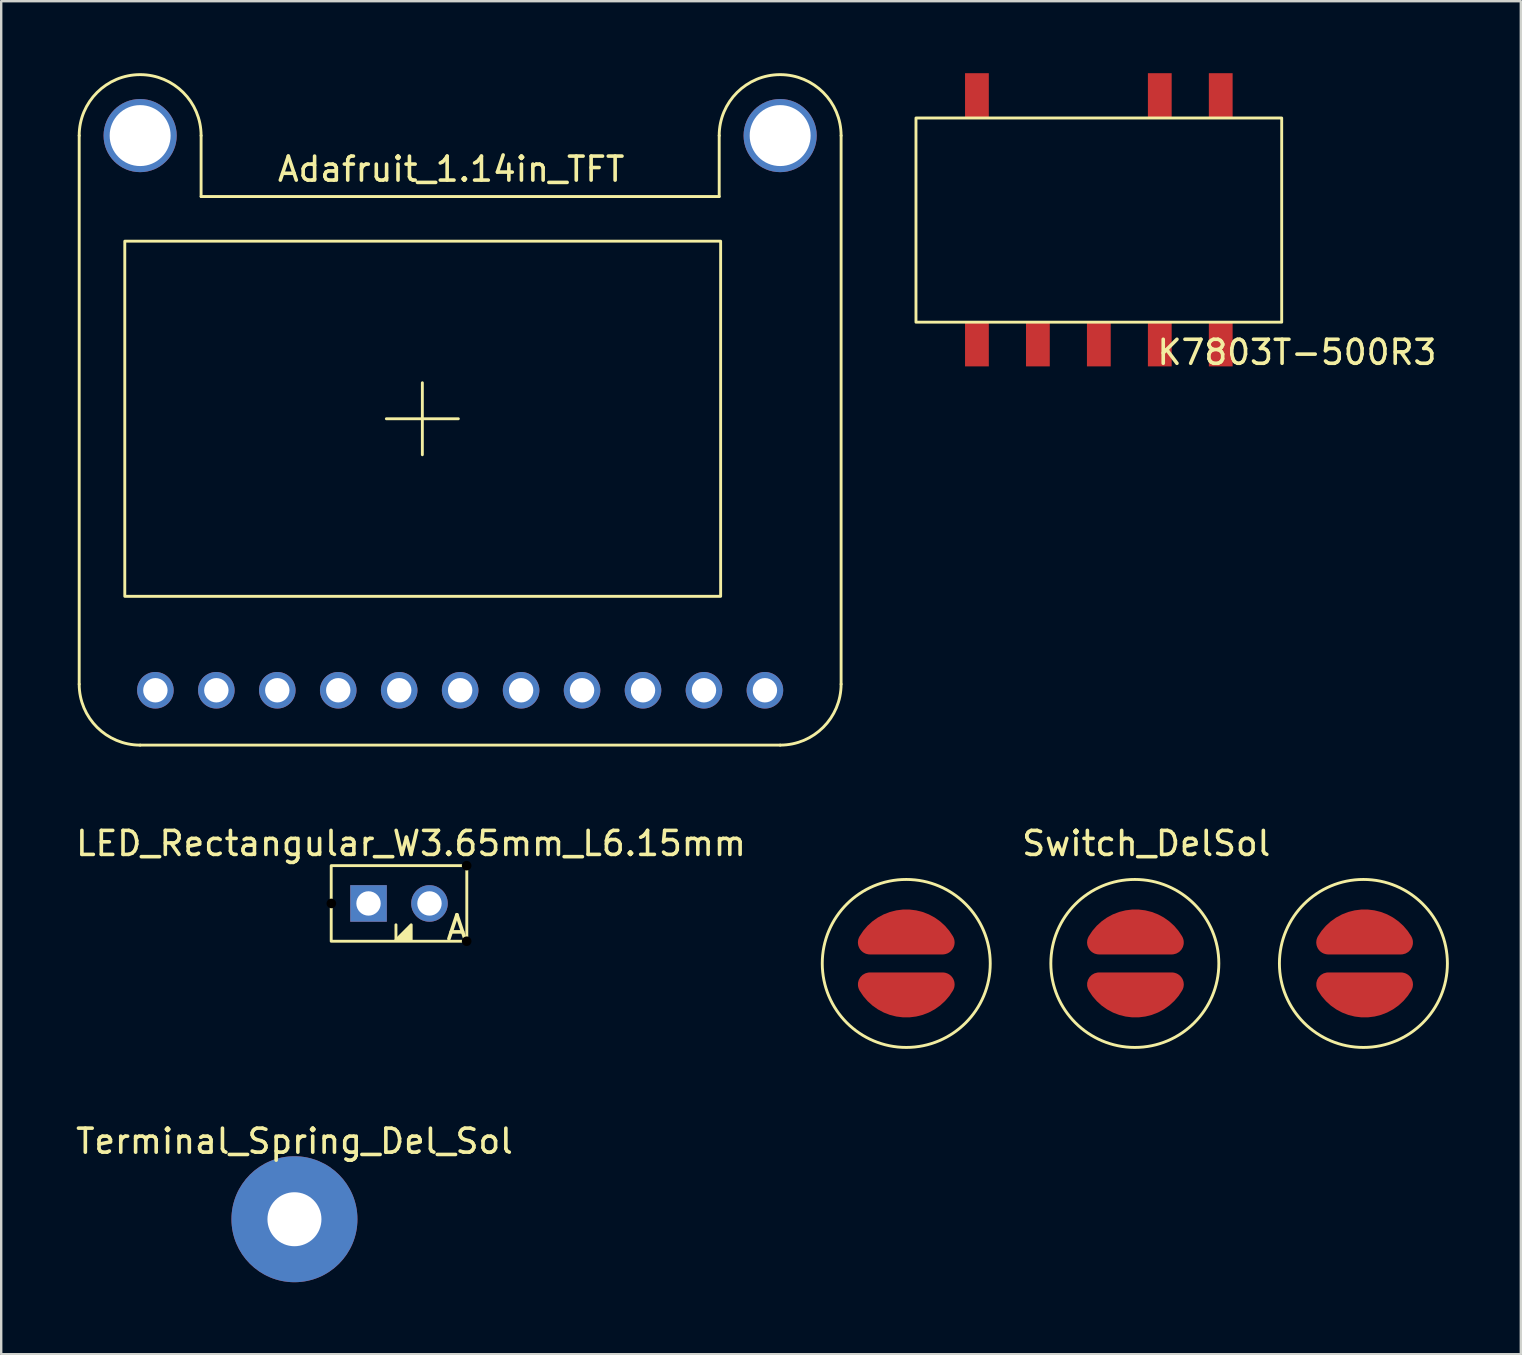
<source format=kicad_pcb>
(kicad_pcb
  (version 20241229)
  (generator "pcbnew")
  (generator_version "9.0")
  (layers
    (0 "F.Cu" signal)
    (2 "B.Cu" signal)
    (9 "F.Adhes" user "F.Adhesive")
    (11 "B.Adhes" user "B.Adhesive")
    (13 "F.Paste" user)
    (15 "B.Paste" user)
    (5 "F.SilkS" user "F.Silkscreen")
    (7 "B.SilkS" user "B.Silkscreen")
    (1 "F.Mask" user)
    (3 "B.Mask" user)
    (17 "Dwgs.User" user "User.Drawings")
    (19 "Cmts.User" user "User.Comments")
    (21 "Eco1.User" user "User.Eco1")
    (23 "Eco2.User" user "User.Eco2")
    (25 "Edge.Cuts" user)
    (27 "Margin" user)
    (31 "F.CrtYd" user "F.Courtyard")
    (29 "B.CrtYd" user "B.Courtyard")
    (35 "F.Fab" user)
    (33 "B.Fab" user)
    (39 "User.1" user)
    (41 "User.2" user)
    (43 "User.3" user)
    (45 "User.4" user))
  (footprint "Switch_DelSol"
    (layer "F.Cu")
    (at 34.715 37.098)
    (property "Reference" "Switch_DelSol" (at 10 -5 0) (unlocked yes) (layer "F.SilkS") (effects (font (size 1 1) (thickness 0.15))))
    (attr smd)
    (fp_poly (pts (arc (start 1.516 -0.875) (mid 0 -1.750263) (end -1.516 -0.875))) (stroke (width 1) (type solid)) (fill no) (layer "F.Mask"))
    (fp_poly (pts (arc (start 1.516 0.875) (mid 0 1.750263) (end -1.516 0.875))) (stroke (width 1) (type solid)) (fill no) (layer "F.Mask"))
    (fp_poly (pts (arc (start 8.034 0.875) (mid 9.55 1.750263) (end 11.066 0.875))) (stroke (width 1) (type solid)) (fill no) (layer "F.Mask"))
    (fp_poly (pts (arc (start 11.066 -0.875) (mid 9.55 -1.750263) (end 8.034 -0.875))) (stroke (width 1) (type solid)) (fill no) (layer "F.Mask"))
    (fp_poly (pts (arc (start 17.584 0.875) (mid 19.1 1.750263) (end 20.616 0.875))) (stroke (width 1) (type solid)) (fill no) (layer "F.Mask"))
    (fp_poly (pts (arc (start 20.616 -0.875) (mid 19.1 -1.750263) (end 17.584 -0.875))) (stroke (width 1) (type solid)) (fill no) (layer "F.Mask"))
    (fp_circle (center 0 0) (end 3.5 0) (stroke (width 0.12) (type solid)) (fill no) (layer "F.SilkS"))
    (fp_circle (center 9.525 0) (end 13.025 0) (stroke (width 0.12) (type solid)) (fill no) (layer "F.SilkS"))
    (fp_circle (center 19.05 0) (end 22.55 0) (stroke (width 0.12) (type solid)) (fill no) (layer "F.SilkS"))
    (pad "1" smd custom (at 0 -0.875) (size 0.5 0.5) (layers "F.Cu" "F.Mask" "F.Paste") (options (anchor rect)) (primitives (gr_line (start -1.516 0) (end 1.516 0) (width 1)) (gr_arc (start -1.516 0) (mid -0.000228 -0.875395) (end 1.515772 -0.000395) (width 1))))
    (pad "2" smd custom (at 0 0.875 180) (size 0.5 0.5) (layers "F.Cu" "F.Mask" "F.Paste") (options (anchor rect)) (primitives (gr_line (start -1.516 0) (end 1.516 0) (width 1)) (gr_arc (start -1.516 0) (mid -0.001755 -0.875394) (end 1.514242 -0.003039) (width 1))))
    (pad "3" smd custom (at 9.55 -0.875) (size 0.5 0.5) (layers "F.Cu" "F.Mask" "F.Paste") (options (anchor rect)) (primitives (gr_line (start -1.516 0) (end 1.516 0) (width 1)) (gr_arc (start -1.516 0) (mid -0.001755 -0.875394) (end 1.514242 -0.003039) (width 1))))
    (pad "4" smd custom (at 9.55 0.875 180) (size 0.5 0.5) (layers "F.Cu" "F.Mask" "F.Paste") (options (anchor rect)) (primitives (gr_line (start -1.516 0) (end 1.516 0) (width 1)) (gr_arc (start -1.516 0) (mid -0.003283 -0.875391) (end 1.512707 -0.00568) (width 1))))
    (pad "5" smd custom (at 19.1 -0.875) (size 0.5 0.5) (layers "F.Cu" "F.Mask" "F.Paste") (options (anchor rect)) (primitives (gr_line (start -1.516 0) (end 1.516 0) (width 1)) (gr_arc (start -1.516 0) (mid -0.001755 -0.875394) (end 1.514242 -0.003039) (width 1))))
    (pad "6" smd custom (at 19.1 0.875 180) (size 0.5 0.5) (layers "F.Cu" "F.Mask" "F.Paste") (options (anchor rect)) (primitives (gr_line (start -1.516 0) (end 1.516 0) (width 1)) (gr_arc (start -1.516 0) (mid -0.003283 -0.875391) (end 1.512707 -0.00568) (width 1)))))
  (footprint "K7803T-500R3"
    (layer "F.Cu")
    (at 42.74 6.109)
    (property "Reference" "K7803T-500R3" (at 8.255 5.524 0) (unlocked yes) (layer "F.SilkS") (effects (font (size 1 1) (thickness 0.15))))
    (attr smd)
    (fp_rect (start -7.62 4.267) (end 7.62 -4.242) (stroke (width 0.12) (type solid)) (fill no) (layer "F.SilkS"))
    (pad "1" smd rect (at -5.08 5.182) (size 0.991 1.854) (layers "F.Cu" "F.Mask" "F.Paste"))
    (pad "2" smd rect (at -2.54 5.182) (size 0.991 1.854) (layers "F.Cu" "F.Mask" "F.Paste"))
    (pad "3" smd rect (at 0 5.182) (size 0.991 1.854) (layers "F.Cu" "F.Mask" "F.Paste"))
    (pad "4" smd rect (at 2.54 5.182) (size 0.991 1.854) (layers "F.Cu" "F.Mask" "F.Paste"))
    (pad "5" smd rect (at 5.08 5.182) (size 0.991 1.854) (layers "F.Cu" "F.Mask" "F.Paste"))
    (pad "6" smd rect (at 5.08 -5.182) (size 0.991 1.854) (layers "F.Cu" "F.Mask" "F.Paste"))
    (pad "7" smd rect (at 2.54 -5.182) (size 0.991 1.854) (layers "F.Cu" "F.Mask" "F.Paste"))
    (pad "10" smd rect (at -5.08 -5.182) (size 0.991 1.854) (layers "F.Cu" "F.Mask" "F.Paste")))
  (footprint "Terminal_Spring_Del_Sol"
    (layer "F.Cu")
    (at 9.22 47.757)
    (property "Reference" "Terminal_Spring_Del_Sol" (at 0 -3.25 0) (unlocked yes) (layer "F.SilkS") (effects (font (size 1 1) (thickness 0.15))))
    (attr through_hole)
    (pad "1" thru_hole circle (at 0 0) (size 5.25 5.25) (drill 2.25) (layers "*.Cu" "*.Mask")))
  (footprint "LED_Rectangular_W3.65mm_L6.15mm"
    (layer "F.Cu")
    (at 13.577 34.598)
    (property "Reference" "LED_Rectangular_W3.65mm_L6.15mm" (at 0.5 -2.5 0) (unlocked yes) (layer "F.SilkS") (effects (font (size 1 1) (thickness 0.15))))
    (attr through_hole)
    (fp_line (start -0.127 1.524) (end -0.127 0.889) (stroke (width 0.12) (type solid)) (layer "F.SilkS"))
    (fp_rect (start 2.825 1.575) (end -2.825 -1.575) (stroke (width 0.12) (type solid)) (fill no) (layer "F.SilkS"))
    (fp_poly (pts (xy 0.508 1.524) (xy -0.127 1.524) (xy 0.508 0.889)) (stroke (width 0.12) (type solid)) (fill yes) (layer "F.SilkS"))
    (fp_text user "A" (at 2.413 1.016 0) (unlocked yes) (layer "F.SilkS") (effects (font (size 1 1) (thickness 0.15))))
    (pad "" np_thru_hole circle (at -2.819 0) (size 0.4 0.4) (drill 0.4) (layers "*.Mask"))
    (pad "" np_thru_hole circle (at 2.819 -1.575) (size 0.4 0.4) (drill 0.4) (layers "*.Mask"))
    (pad "" np_thru_hole circle (at 2.819 1.575) (size 0.4 0.4) (drill 0.4) (layers "*.Mask"))
    (pad "1" thru_hole rect (at -1.27 0) (size 1.524 1.524) (drill 1.016) (layers "*.Cu" "*.Mask"))
    (pad "2" thru_hole circle (at 1.27 0) (size 1.524 1.524) (drill 1.016) (layers "*.Cu" "*.Mask")))
  (footprint "Adafruit_1.14in_TFT"
    (layer "F.Cu")
    (at 0.25 28)
    (property "Reference" "Adafruit_1.14in_TFT" (at 15.5 -24 0) (unlocked yes) (layer "F.SilkS") (effects (font (size 1 1) (thickness 0.15))))
    (attr through_hole)
    (fp_line (start 0 -2.54) (end 0 -25.4) (stroke (width 0.12) (type solid)) (layer "F.SilkS"))
    (fp_line (start 5.08 -22.86) (end 5.08 -25.4) (stroke (width 0.12) (type solid)) (layer "F.SilkS"))
    (fp_line (start 12.8 -13.6) (end 15.8 -13.6) (stroke (width 0.12) (type solid)) (layer "F.SilkS"))
    (fp_line (start 14.3 -15.1) (end 14.3 -12.1) (stroke (width 0.12) (type solid)) (layer "F.SilkS"))
    (fp_line (start 26.67 -25.4) (end 26.67 -22.86) (stroke (width 0.12) (type solid)) (layer "F.SilkS"))
    (fp_line (start 26.67 -22.86) (end 5.08 -22.86) (stroke (width 0.12) (type solid)) (layer "F.SilkS"))
    (fp_line (start 29.21 0) (end 2.54 0) (stroke (width 0.12) (type solid)) (layer "F.SilkS"))
    (fp_line (start 31.75 -25.4) (end 31.75 -2.54) (stroke (width 0.12) (type solid)) (layer "F.SilkS"))
    (fp_rect (start 26.73 -21) (end 1.9 -6.2) (stroke (width 0.12) (type solid)) (fill no) (layer "F.SilkS"))
    (fp_arc (start 0 -25.4) (mid 2.54 -27.94) (end 5.08 -25.4) (stroke (width 0.12) (type solid)) (layer "F.SilkS"))
    (fp_arc (start 2.54 0) (mid 0.743949 -0.743949) (end 0 -2.54) (stroke (width 0.12) (type solid)) (layer "F.SilkS"))
    (fp_arc (start 26.67 -25.4) (mid 29.21 -27.94) (end 31.75 -25.4) (stroke (width 0.12) (type solid)) (layer "F.SilkS"))
    (fp_arc (start 31.75 -2.54) (mid 31.006051 -0.743949) (end 29.21 0) (stroke (width 0.12) (type solid)) (layer "F.SilkS"))
    (pad "" thru_hole circle (at 2.54 -25.4) (size 3.048 3.048) (drill 2.54) (layers "*.Cu" "*.Mask"))
    (pad "" thru_hole circle (at 29.21 -25.4) (size 3.048 3.048) (drill 2.54) (layers "*.Cu" "*.Mask"))
    (pad "1" thru_hole circle (at 3.175 -2.286) (size 1.524 1.524) (drill 1.016) (layers "*.Cu" "*.Mask"))
    (pad "2" thru_hole circle (at 5.715 -2.286) (size 1.524 1.524) (drill 1.016) (layers "*.Cu" "*.Mask"))
    (pad "3" thru_hole circle (at 8.255 -2.286) (size 1.524 1.524) (drill 1.016) (layers "*.Cu" "*.Mask"))
    (pad "4" thru_hole circle (at 10.795 -2.286) (size 1.524 1.524) (drill 1.016) (layers "*.Cu" "*.Mask"))
    (pad "5" thru_hole circle (at 13.335 -2.286) (size 1.524 1.524) (drill 1.016) (layers "*.Cu" "*.Mask"))
    (pad "6" thru_hole circle (at 15.875 -2.286) (size 1.524 1.524) (drill 1.016) (layers "*.Cu" "*.Mask"))
    (pad "7" thru_hole circle (at 18.415 -2.286) (size 1.524 1.524) (drill 1.016) (layers "*.Cu" "*.Mask"))
    (pad "8" thru_hole circle (at 20.955 -2.286) (size 1.524 1.524) (drill 1.016) (layers "*.Cu" "*.Mask"))
    (pad "9" thru_hole circle (at 23.495 -2.286) (size 1.524 1.524) (drill 1.016) (layers "*.Cu" "*.Mask"))
    (pad "10" thru_hole circle (at 26.035 -2.286) (size 1.524 1.524) (drill 1.016) (layers "*.Cu" "*.Mask"))
    (pad "11" thru_hole circle (at 28.575 -2.286) (size 1.524 1.524) (drill 1.016) (layers "*.Cu" "*.Mask")))
  (gr_rect
    (start -3 -3)
    (end 60.325 53.382)
    (stroke (width 0.1) (type default))
    (fill no)
    (layer "Edge.Cuts")))
</source>
